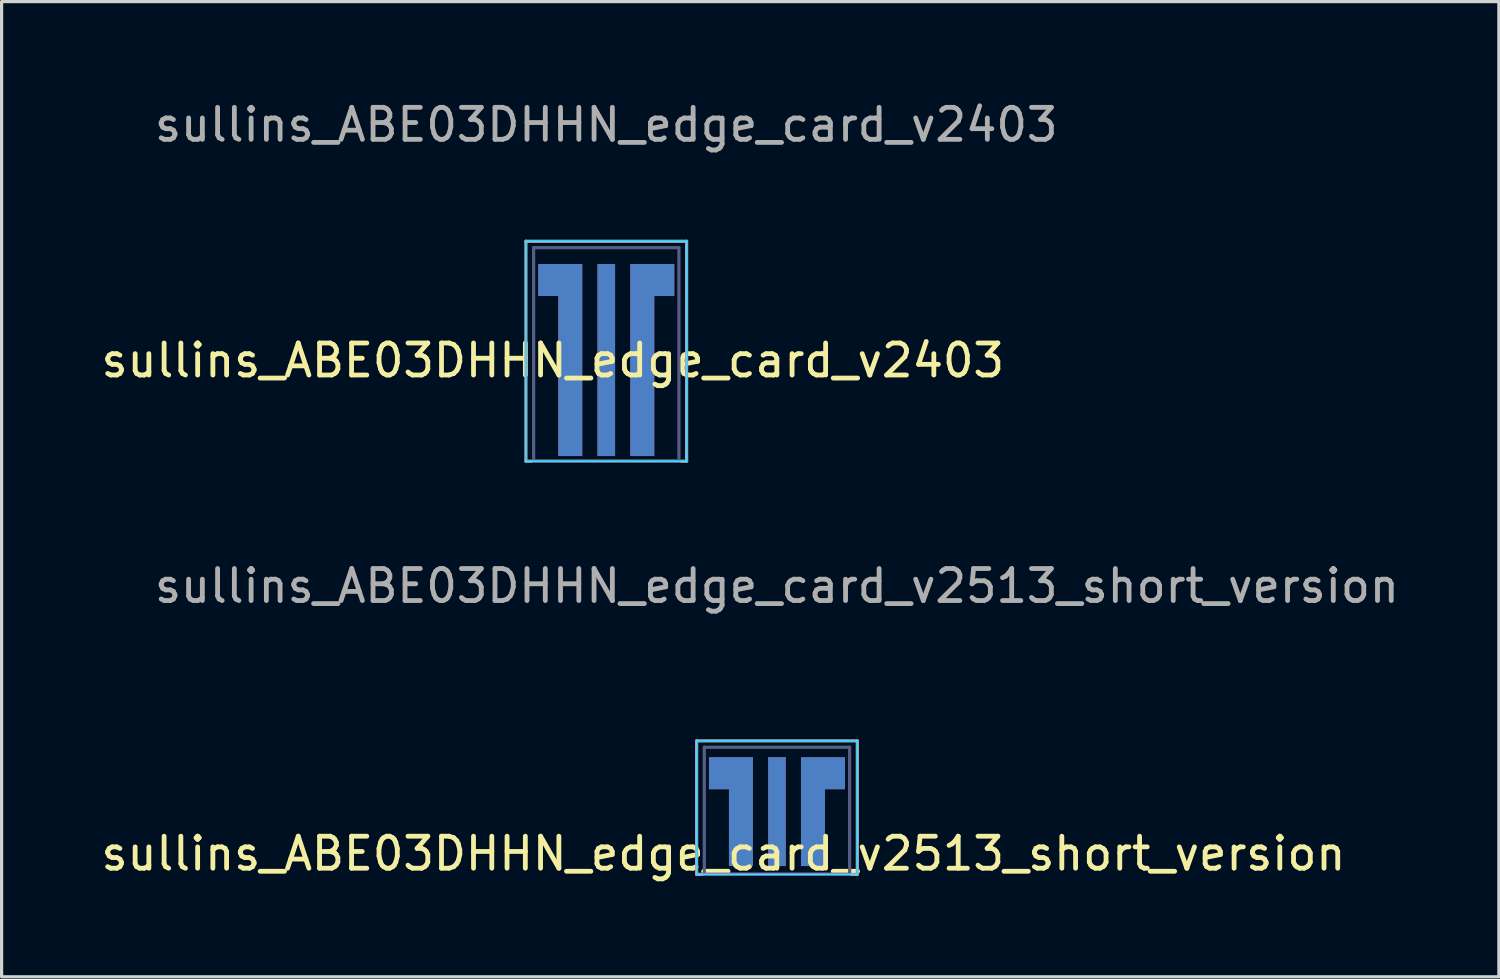
<source format=kicad_pcb>
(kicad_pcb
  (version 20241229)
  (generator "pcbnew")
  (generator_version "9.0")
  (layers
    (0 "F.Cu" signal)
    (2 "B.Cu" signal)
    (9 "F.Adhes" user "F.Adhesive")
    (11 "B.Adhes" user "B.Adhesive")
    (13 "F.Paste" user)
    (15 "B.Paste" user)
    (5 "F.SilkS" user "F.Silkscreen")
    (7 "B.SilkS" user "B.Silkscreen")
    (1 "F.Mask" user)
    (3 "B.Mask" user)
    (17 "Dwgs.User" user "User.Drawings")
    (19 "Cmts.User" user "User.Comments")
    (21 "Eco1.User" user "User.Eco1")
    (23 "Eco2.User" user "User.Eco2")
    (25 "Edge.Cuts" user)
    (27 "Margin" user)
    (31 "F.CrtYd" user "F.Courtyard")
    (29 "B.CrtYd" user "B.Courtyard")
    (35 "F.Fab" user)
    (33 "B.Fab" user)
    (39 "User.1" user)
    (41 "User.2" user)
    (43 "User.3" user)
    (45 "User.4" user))
  (footprint "sullins_ABE03DHHN_edge_card_v2513_short_version"
    (layer "F.Cu")
    (at 21.224 22.607)
    (property "Reference" "sullins_ABE03DHHN_edge_card_v2513_short_version" (at -1.671 1.013 0) (layer "F.SilkS") (effects (font (size 1 1) (thickness 0.15))))
    (attr exclude_from_pos_files)
    (fp_line (start -2.51 1.66) (end -2.51 -2.51) (stroke (width 0.05) (type solid)) (layer "B.CrtYd"))
    (fp_line (start -2.51 1.66) (end 2.51 1.66) (stroke (width 0.05) (type solid)) (layer "B.CrtYd"))
    (fp_line (start 2.51 -2.51) (end -2.51 -2.51) (stroke (width 0.05) (type solid)) (layer "B.CrtYd"))
    (fp_line (start 2.51 1.66) (end 2.51 -2.51) (stroke (width 0.05) (type solid)) (layer "B.CrtYd"))
    (fp_line (start -2.51 1.66) (end -2.51 -2.51) (stroke (width 0.05) (type solid)) (layer "F.CrtYd"))
    (fp_line (start -2.51 1.66) (end 2.51 1.66) (stroke (width 0.05) (type solid)) (layer "F.CrtYd"))
    (fp_line (start 2.51 -2.51) (end -2.51 -2.51) (stroke (width 0.05) (type solid)) (layer "F.CrtYd"))
    (fp_line (start 2.51 1.66) (end 2.51 -2.51) (stroke (width 0.05) (type solid)) (layer "F.CrtYd"))
    (fp_line (start -2.27 -2.311) (end 2.27 -2.311) (stroke (width 0.1) (type solid)) (layer "B.Fab"))
    (fp_line (start -2.27 1.66) (end -2.27 -2.311) (stroke (width 0.1) (type solid)) (layer "B.Fab"))
    (fp_line (start -2.27 1.66) (end 2.27 1.66) (stroke (width 0.1) (type solid)) (layer "B.Fab"))
    (fp_line (start 2.27 1.66) (end 2.27 -2.311) (stroke (width 0.1) (type solid)) (layer "B.Fab"))
    (fp_line (start -2.51 -2.51) (end 2.51 -2.51) (stroke (width 0.1) (type solid)) (layer "F.Fab"))
    (fp_line (start -2.51 1.66) (end -2.51 -2.51) (stroke (width 0.1) (type solid)) (layer "F.Fab"))
    (fp_line (start -2.51 1.66) (end 2.51 1.66) (stroke (width 0.1) (type solid)) (layer "F.Fab"))
    (fp_line (start 2.51 1.66) (end 2.51 -2.51) (stroke (width 0.1) (type solid)) (layer "F.Fab"))
    (fp_text user "${REFERENCE}" (at 0 -7.35 0) (layer "F.Fab") (effects (font (size 1 1) (thickness 0.15))))
    (pad "1" connect custom (at -1.125 -0.3) (size 0.75 3.4) (layers "F.Cu" "F.Mask") (options (anchor rect)) (primitives (gr_poly (pts (xy -1 -1.7) (xy 0 -1.7) (xy 0 -0.7) (xy -1 -0.7)) (width 0) (fill yes))))
    (pad "2" connect custom (at -1.125 -0.3) (size 0.75 3.4) (layers "B.Cu" "B.Mask") (options (anchor rect)) (primitives (gr_poly (pts (xy -1 -1.7) (xy 0 -1.7) (xy 0 -0.7) (xy -1 -0.7)) (width 0) (fill yes))))
    (pad "3" connect rect (at 0 -0.3) (size 0.55 3.4) (layers "F.Cu" "F.Mask"))
    (pad "4" connect rect (at 0 -0.3) (size 0.55 3.4) (layers "B.Cu" "B.Mask"))
    (pad "5" connect custom (at 1.125 -0.3) (size 0.75 3.4) (layers "F.Cu" "F.Mask") (options (anchor rect)) (primitives (gr_poly (pts (xy 0 -1.7) (xy 1 -1.7) (xy 1 -0.7) (xy 0 -0.7)) (width 0) (fill yes))))
    (pad "6" connect custom (at 1.125 -0.3) (size 0.75 3.4) (layers "B.Cu" "B.Mask") (options (anchor rect)) (primitives (gr_poly (pts (xy 0 -1.7) (xy 1 -1.7) (xy 1 -0.7) (xy 0 -0.7)) (width 0) (fill yes)))))
  (footprint "sullins_ABE03DHHN_edge_card_v2403"
    (layer "F.Cu")
    (at 15.891 8.198)
    (property "Reference" "sullins_ABE03DHHN_edge_card_v2403" (at -1.671 0.013 0) (layer "F.SilkS") (effects (font (size 1 1) (thickness 0.15))))
    (attr exclude_from_pos_files)
    (fp_line (start -2.51 3.16) (end -2.51 -3.711) (stroke (width 0.05) (type solid)) (layer "B.CrtYd"))
    (fp_line (start -2.51 3.16) (end 2.51 3.16) (stroke (width 0.05) (type solid)) (layer "B.CrtYd"))
    (fp_line (start 2.51 -3.711) (end -2.51 -3.711) (stroke (width 0.05) (type solid)) (layer "B.CrtYd"))
    (fp_line (start 2.51 3.16) (end 2.51 -3.711) (stroke (width 0.05) (type solid)) (layer "B.CrtYd"))
    (fp_line (start -2.51 3.16) (end -2.51 -3.711) (stroke (width 0.05) (type solid)) (layer "F.CrtYd"))
    (fp_line (start -2.51 3.16) (end 2.51 3.16) (stroke (width 0.05) (type solid)) (layer "F.CrtYd"))
    (fp_line (start 2.51 -3.711) (end -2.51 -3.711) (stroke (width 0.05) (type solid)) (layer "F.CrtYd"))
    (fp_line (start 2.51 3.16) (end 2.51 -3.711) (stroke (width 0.05) (type solid)) (layer "F.CrtYd"))
    (fp_line (start -2.27 -3.51) (end 2.27 -3.51) (stroke (width 0.1) (type solid)) (layer "B.Fab"))
    (fp_line (start -2.27 3.16) (end -2.27 -3.51) (stroke (width 0.1) (type solid)) (layer "B.Fab"))
    (fp_line (start -2.27 3.16) (end 2.27 3.16) (stroke (width 0.1) (type solid)) (layer "B.Fab"))
    (fp_line (start 2.27 3.16) (end 2.27 -3.51) (stroke (width 0.1) (type solid)) (layer "B.Fab"))
    (fp_line (start -2.51 -3.711) (end 2.51 -3.711) (stroke (width 0.1) (type solid)) (layer "F.Fab"))
    (fp_line (start -2.51 3.16) (end -2.51 -3.711) (stroke (width 0.1) (type solid)) (layer "F.Fab"))
    (fp_line (start -2.51 3.16) (end 2.51 3.16) (stroke (width 0.1) (type solid)) (layer "F.Fab"))
    (fp_line (start 2.51 3.16) (end 2.51 -3.711) (stroke (width 0.1) (type solid)) (layer "F.Fab"))
    (fp_text user "${REFERENCE}" (at 0 -7.35 0) (layer "F.Fab") (effects (font (size 1 1) (thickness 0.15))))
    (pad "1" connect custom (at -1.125 0) (size 0.75 6) (layers "F.Cu" "F.Mask") (options (anchor rect)) (primitives (gr_poly (pts (xy -1 -3) (xy 0 -3) (xy 0 -2) (xy -1 -2)) (width 0) (fill yes))))
    (pad "2" connect custom (at -1.125 0) (size 0.75 6) (layers "B.Cu" "B.Mask") (options (anchor rect)) (primitives (gr_poly (pts (xy -1 -3) (xy 0 -3) (xy 0 -2) (xy -1 -2)) (width 0) (fill yes))))
    (pad "3" connect rect (at 0 0) (size 0.55 6) (layers "F.Cu" "F.Mask"))
    (pad "4" connect rect (at 0 0) (size 0.55 6) (layers "B.Cu" "B.Mask"))
    (pad "5" connect custom (at 1.125 0) (size 0.75 6) (layers "F.Cu" "F.Mask") (options (anchor rect)) (primitives (gr_poly (pts (xy 0 -3) (xy 1 -3) (xy 1 -2) (xy 0 -2)) (width 0) (fill yes))))
    (pad "6" connect custom (at 1.125 0) (size 0.75 6) (layers "B.Cu" "B.Mask") (options (anchor rect)) (primitives (gr_poly (pts (xy 0 -3) (xy 1 -3) (xy 1 -2) (xy 0 -2)) (width 0) (fill yes)))))
  (gr_rect
    (start -3 -3)
    (end 43.778 27.468)
    (stroke (width 0.1) (type default))
    (fill no)
    (layer "Edge.Cuts")))
</source>
